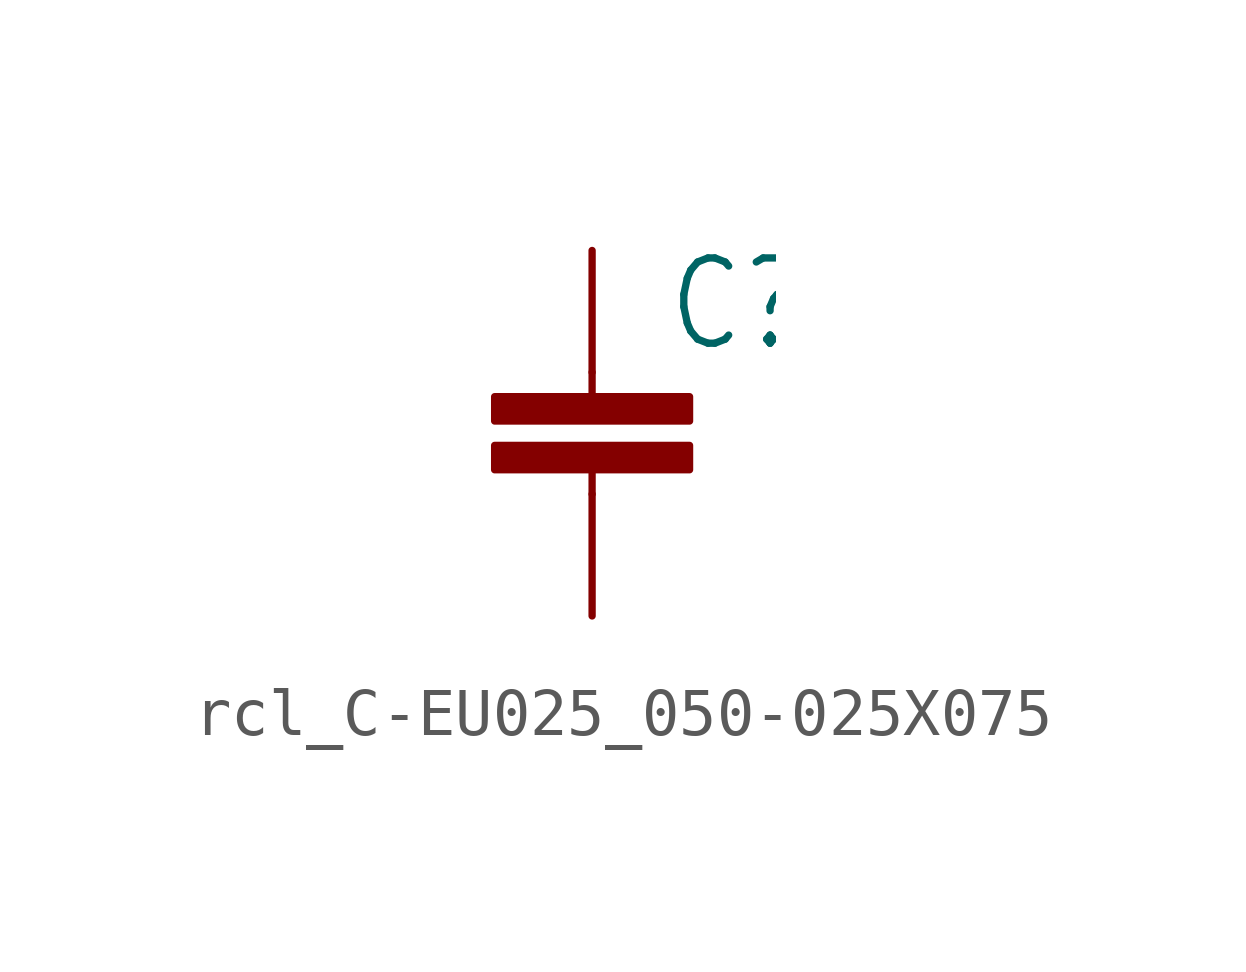
<source format=kicad_sym>
(kicad_symbol_lib
  (version 20241209)
  (generator "kicad_symbol_editor")
  (generator_version "9.0")
  (symbol "rcl_C-EU025_050-025X075"
    (property "Reference" "C"
      (at 1.524 0.381 0)
      (effects (font (size 1.778 1.511)) (justify left bottom)))
    (property "Value" ""
      (at 1.524 -4.699 0)
      (effects (font (size 1.778 1.511)) (justify left bottom)))
    (property "ki_locked" ""
      (at 0 0 0)
      (effects (font (size 1.27 1.27))))
    (symbol "rcl_C-EU025_050-025X075_1_0"
      (rectangle (start -2.032 -1.016) (end 2.032 -0.508) (stroke (width 0) (type default)) (fill (type outline)))
      (rectangle (start -2.032 -2.032) (end 2.032 -1.524) (stroke (width 0) (type default)) (fill (type outline)))
      (polyline (pts (xy 0 0) (xy 0 -0.508)) (stroke (width 0.152) (type solid)) (fill (type none)))
      (polyline (pts (xy 0 -2.54) (xy 0 -2.032)) (stroke (width 0.152) (type solid)) (fill (type none)))
      (pin passive line (at 0 2.54 270) (length 2.54) (name "1" (effects (font (size 0 0)))) (number "1" (effects (font (size 0 0)))))
      (pin passive line (at 0 -5.08 90) (length 2.54) (name "2" (effects (font (size 0 0)))) (number "2" (effects (font (size 0 0))))))))
</source>
